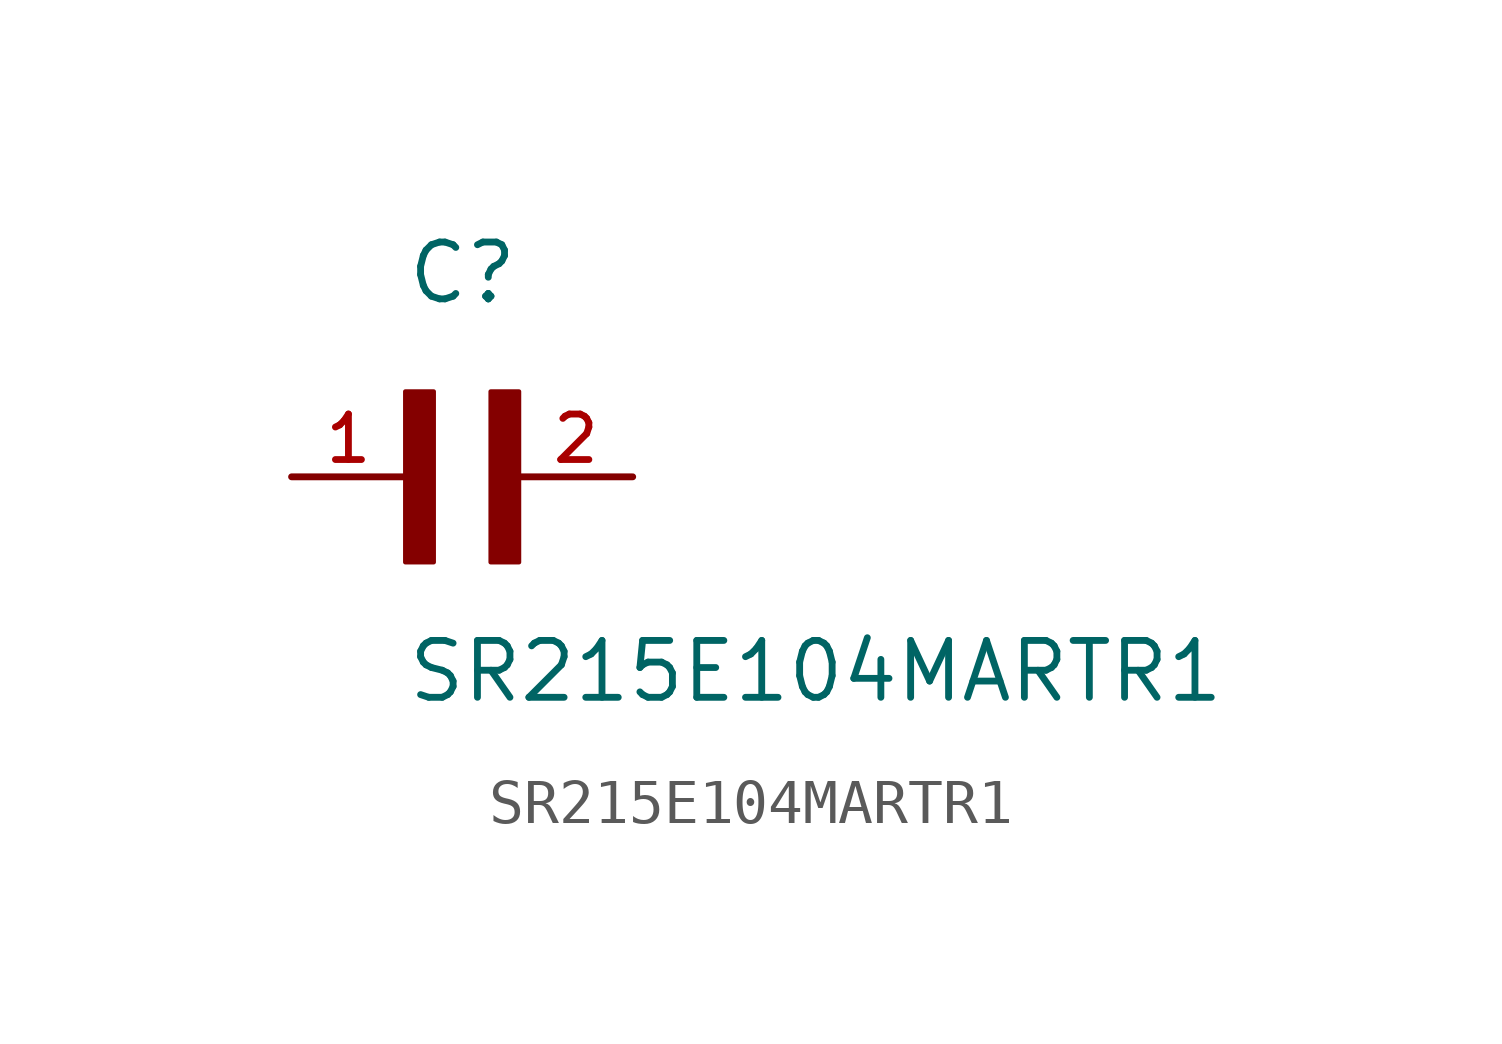
<source format=kicad_sym>
(kicad_symbol_lib
  (version 20211014)
  (generator kicad_symbol_editor)
  (symbol "SR215E104MARTR1"
    (pin_names
      (offset 1.016))
    (property "Reference" "C"
      (at 0.0 3.811 0)
      (effects (font (size 1.27 1.27)) (justify bottom left)))
    (property "Value" "SR215E104MARTR1"
      (at 0.0 -5.088 0)
      (effects (font (size 1.27 1.27)) (justify bottom left)))
    (symbol "SR215E104MARTR1_0_0"
      (rectangle (start 0.0 -1.907) (end 0.635 1.905) (stroke (width 0.1)) (fill (type outline)))
      (rectangle (start 1.907 -1.907) (end 2.54 1.905) (stroke (width 0.1)) (fill (type outline)))
      (pin passive line (at -2.54 0.0 0) (length 2.54) (name "~" (effects (font (size 1.016 1.016)))) (number "1" (effects (font (size 1.016 1.016)))))
      (pin passive line (at 5.08 0.0 180.0) (length 2.54) (name "~" (effects (font (size 1.016 1.016)))) (number "2" (effects (font (size 1.016 1.016))))))))
</source>
